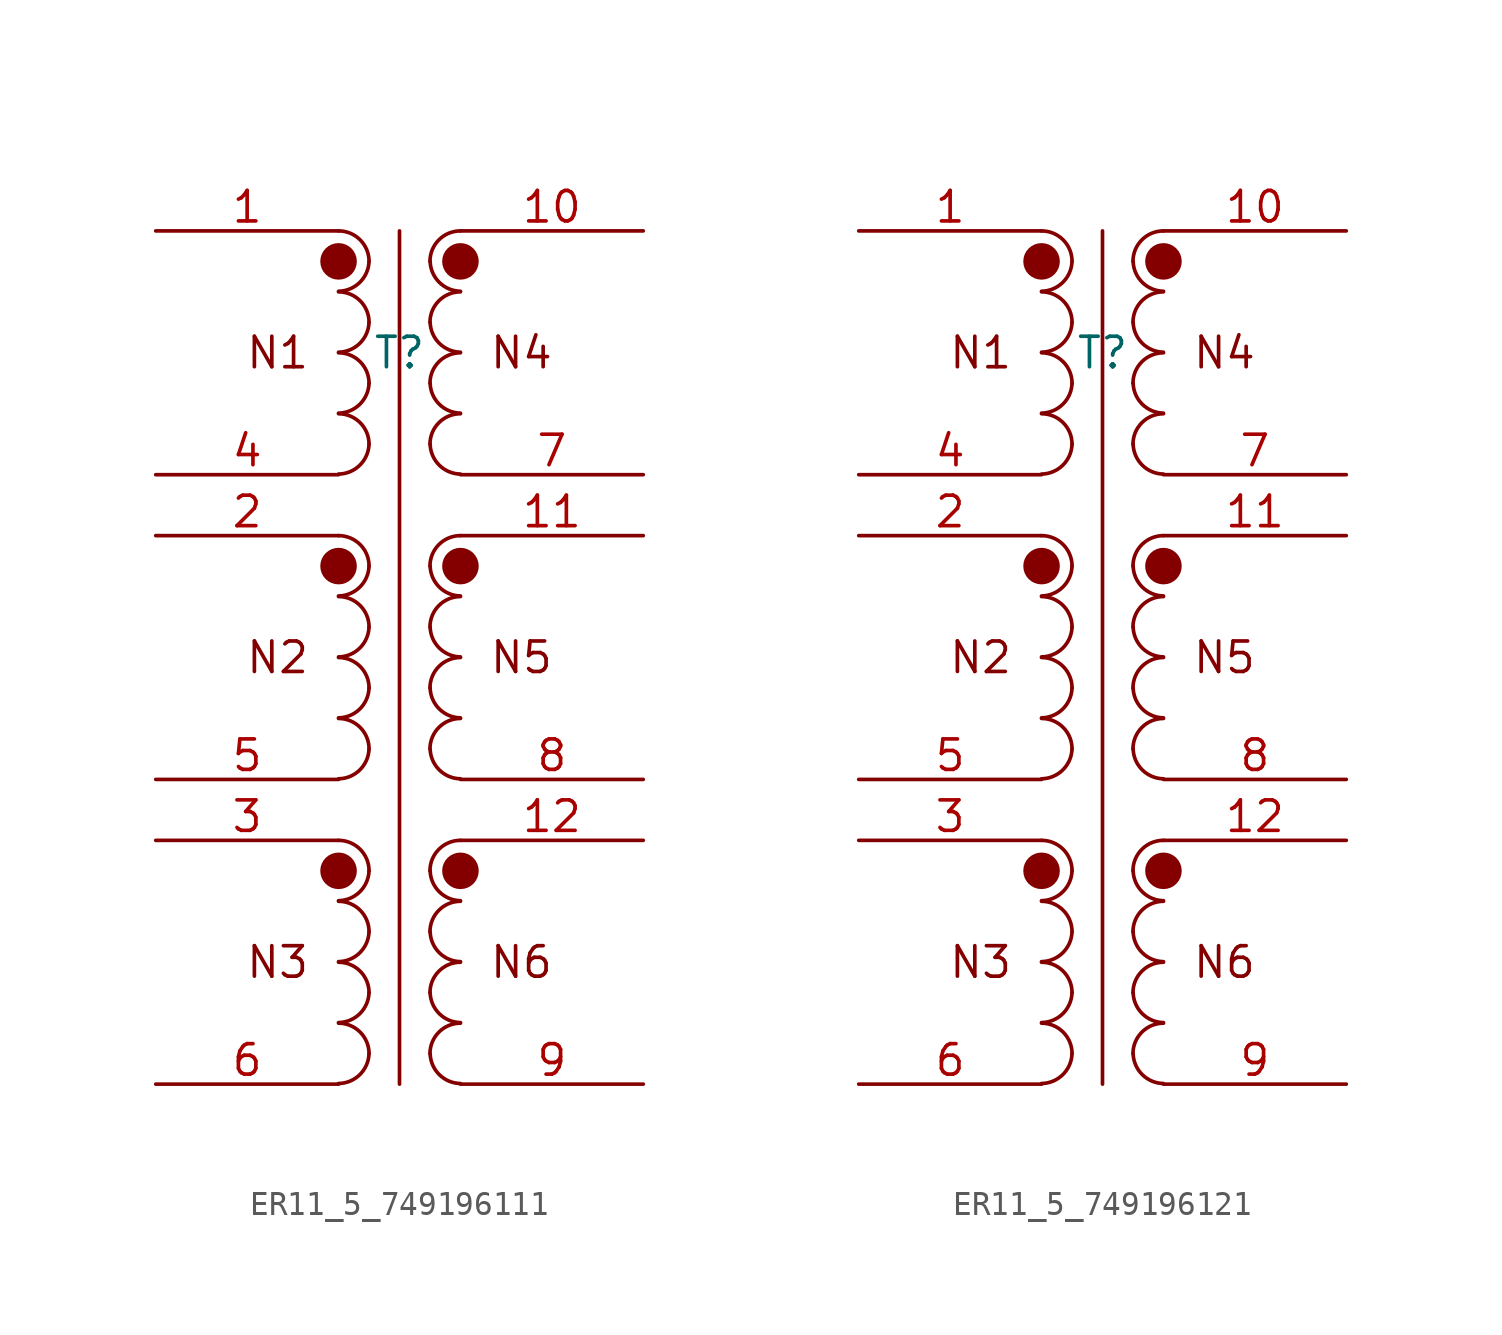
<source format=kicad_sym>
(kicad_symbol_lib
  (version 20220914)
  (generator kicad_symbol_editor)
  (symbol "ER11_5_749196111"
    (pin_names hide)
    (property "Reference" "T"
      (at 0 12.7 0)
      (effects (font (size 1.27 1.27))))
    (property "Critical Parameter" ""
      (at 0 -5.08 0)
      (effects (font (size 1.27 1.27)) (justify left)))
    (symbol "ER11_5_749196111_0_1"
      (arc (start -2.54 -17.7546) (mid -1.6561 -17.3863) (end -1.27 -16.51) (stroke (width 0) (type default)) (fill (type none)))
      (arc (start -2.54 -15.2146) (mid -1.6561 -14.8463) (end -1.27 -13.97) (stroke (width 0) (type default)) (fill (type none)))
      (arc (start -2.54 -12.6746) (mid -1.6561 -12.3063) (end -1.27 -11.43) (stroke (width 0) (type default)) (fill (type none)))
      (arc (start -2.54 -10.1346) (mid -1.6561 -9.7663) (end -1.27 -8.89) (stroke (width 0) (type default)) (fill (type none)))
      (arc (start -2.54 -5.0546) (mid -1.6561 -4.6863) (end -1.27 -3.81) (stroke (width 0) (type default)) (fill (type none)))
      (arc (start -2.54 -2.5146) (mid -1.6561 -2.1463) (end -1.27 -1.27) (stroke (width 0) (type default)) (fill (type none)))
      (arc (start -2.54 0.0254) (mid -1.6561 0.3937) (end -1.27 1.27) (stroke (width 0) (type default)) (fill (type none)))
      (arc (start -2.54 2.5654) (mid -1.6561 2.9337) (end -1.27 3.81) (stroke (width 0) (type default)) (fill (type none)))
      (arc (start -2.54 7.6454) (mid -1.6561 8.0137) (end -1.27 8.89) (stroke (width 0) (type default)) (fill (type none)))
      (arc (start -2.54 10.1854) (mid -1.6561 10.5537) (end -1.27 11.43) (stroke (width 0) (type default)) (fill (type none)))
      (arc (start -2.54 12.7254) (mid -1.6561 13.0937) (end -1.27 13.97) (stroke (width 0) (type default)) (fill (type none)))
      (arc (start -2.54 15.2654) (mid -1.6561 15.6337) (end -1.27 16.51) (stroke (width 0) (type default)) (fill (type none)))
      (arc (start -1.27 -16.51) (mid -1.642 -15.612) (end -2.54 -15.24) (stroke (width 0) (type default)) (fill (type none)))
      (arc (start -1.27 -13.97) (mid -1.642 -13.072) (end -2.54 -12.7) (stroke (width 0) (type default)) (fill (type none)))
      (arc (start -1.27 -11.43) (mid -1.642 -10.532) (end -2.54 -10.16) (stroke (width 0) (type default)) (fill (type none)))
      (arc (start -1.27 -8.89) (mid -1.642 -7.992) (end -2.54 -7.62) (stroke (width 0) (type default)) (fill (type none)))
      (arc (start -1.27 -3.81) (mid -1.642 -2.912) (end -2.54 -2.54) (stroke (width 0) (type default)) (fill (type none)))
      (arc (start -1.27 -1.27) (mid -1.642 -0.372) (end -2.54 0) (stroke (width 0) (type default)) (fill (type none)))
      (arc (start -1.27 1.27) (mid -1.642 2.168) (end -2.54 2.54) (stroke (width 0) (type default)) (fill (type none)))
      (arc (start -1.27 3.81) (mid -1.642 4.708) (end -2.54 5.08) (stroke (width 0) (type default)) (fill (type none)))
      (arc (start -1.27 8.89) (mid -1.642 9.788) (end -2.54 10.16) (stroke (width 0) (type default)) (fill (type none)))
      (arc (start -1.27 11.43) (mid -1.642 12.328) (end -2.54 12.7) (stroke (width 0) (type default)) (fill (type none)))
      (arc (start -1.27 13.97) (mid -1.642 14.868) (end -2.54 15.24) (stroke (width 0) (type default)) (fill (type none)))
      (arc (start -1.27 16.51) (mid -1.642 17.408) (end -2.54 17.78) (stroke (width 0) (type default)) (fill (type none)))
      (polyline (pts (xy 0 -17.78) (xy 0 17.78)) (stroke (width 0) (type default)) (fill (type none)))
      (arc (start 1.27 -16.51) (mid 1.6561 -17.3863) (end 2.54 -17.7546) (stroke (width 0) (type default)) (fill (type none)))
      (arc (start 1.27 -13.97) (mid 1.6561 -14.8463) (end 2.54 -15.2146) (stroke (width 0) (type default)) (fill (type none)))
      (arc (start 1.27 -11.43) (mid 1.6561 -12.3063) (end 2.54 -12.6746) (stroke (width 0) (type default)) (fill (type none)))
      (arc (start 1.27 -8.89) (mid 1.6561 -9.7663) (end 2.54 -10.1346) (stroke (width 0) (type default)) (fill (type none)))
      (arc (start 1.27 -3.81) (mid 1.6561 -4.6863) (end 2.54 -5.0546) (stroke (width 0) (type default)) (fill (type none)))
      (arc (start 1.27 -1.27) (mid 1.6561 -2.1463) (end 2.54 -2.5146) (stroke (width 0) (type default)) (fill (type none)))
      (arc (start 1.27 1.27) (mid 1.6561 0.3937) (end 2.54 0.0254) (stroke (width 0) (type default)) (fill (type none)))
      (arc (start 1.27 3.81) (mid 1.6561 2.9337) (end 2.54 2.5654) (stroke (width 0) (type default)) (fill (type none)))
      (arc (start 1.27 8.89) (mid 1.6561 8.0137) (end 2.54 7.6454) (stroke (width 0) (type default)) (fill (type none)))
      (arc (start 1.27 11.43) (mid 1.6561 10.5537) (end 2.54 10.1854) (stroke (width 0) (type default)) (fill (type none)))
      (arc (start 1.27 13.97) (mid 1.6561 13.0937) (end 2.54 12.7254) (stroke (width 0) (type default)) (fill (type none)))
      (arc (start 1.27 16.51) (mid 1.6561 15.6337) (end 2.54 15.2654) (stroke (width 0) (type default)) (fill (type none)))
      (arc (start 2.54 -15.24) (mid 1.642 -15.612) (end 1.27 -16.51) (stroke (width 0) (type default)) (fill (type none)))
      (arc (start 2.54 -12.7) (mid 1.642 -13.072) (end 1.27 -13.97) (stroke (width 0) (type default)) (fill (type none)))
      (arc (start 2.54 -10.16) (mid 1.642 -10.532) (end 1.27 -11.43) (stroke (width 0) (type default)) (fill (type none)))
      (arc (start 2.54 -7.62) (mid 1.642 -7.992) (end 1.27 -8.89) (stroke (width 0) (type default)) (fill (type none)))
      (arc (start 2.54 -2.54) (mid 1.642 -2.912) (end 1.27 -3.81) (stroke (width 0) (type default)) (fill (type none)))
      (arc (start 2.54 0) (mid 1.642 -0.372) (end 1.27 -1.27) (stroke (width 0) (type default)) (fill (type none)))
      (arc (start 2.54 2.54) (mid 1.642 2.168) (end 1.27 1.27) (stroke (width 0) (type default)) (fill (type none)))
      (arc (start 2.54 5.08) (mid 1.642 4.708) (end 1.27 3.81) (stroke (width 0) (type default)) (fill (type none)))
      (arc (start 2.54 10.16) (mid 1.642 9.788) (end 1.27 8.89) (stroke (width 0) (type default)) (fill (type none)))
      (arc (start 2.54 12.7) (mid 1.642 12.328) (end 1.27 11.43) (stroke (width 0) (type default)) (fill (type none)))
      (arc (start 2.54 15.24) (mid 1.642 14.868) (end 1.27 13.97) (stroke (width 0) (type default)) (fill (type none)))
      (arc (start 2.54 17.78) (mid 1.642 17.408) (end 1.27 16.51) (stroke (width 0) (type default)) (fill (type none))))
    (symbol "ER11_5_749196111_1_1"
      (circle (center -2.54 -8.89) (radius 0.0001) (stroke (width 0.762) (type default)) (fill (type none)))
      (circle (center -2.54 3.81) (radius 0.0001) (stroke (width 0.762) (type default)) (fill (type none)))
      (circle (center -2.54 16.51) (radius 0.0001) (stroke (width 0.762) (type default)) (fill (type none)))
      (circle (center 2.54 -8.89) (radius 0.0001) (stroke (width 0.762) (type default)) (fill (type none)))
      (circle (center 2.54 3.81) (radius 0.0001) (stroke (width 0.762) (type default)) (fill (type none)))
      (circle (center 2.54 16.51) (radius 0.0001) (stroke (width 0.762) (type default)) (fill (type none)))
      (text "N1" (at -5.08 12.7 0) (effects (font (size 1.27 1.27))))
      (text "N2" (at -5.08 0 0) (effects (font (size 1.27 1.27))))
      (text "N3" (at -5.08 -12.7 0) (effects (font (size 1.27 1.27))))
      (text "N4" (at 5.08 12.7 0) (effects (font (size 1.27 1.27))))
      (text "N5" (at 5.08 0 0) (effects (font (size 1.27 1.27))))
      (text "N6" (at 5.08 -12.7 0) (effects (font (size 1.27 1.27))))
      (pin passive line (at -10.16 17.78 0) (length 7.62) (name "1" (effects (font (size 1.27 1.27)))) (number "1" (effects (font (size 1.27 1.27)))))
      (pin passive line (at -10.16 7.62 0) (length 7.62) (name "4" (effects (font (size 1.27 1.27)))) (number "4" (effects (font (size 1.27 1.27)))))
      (pin passive line (at -10.16 5.08 0) (length 7.62) (name "2" (effects (font (size 1.27 1.27)))) (number "2" (effects (font (size 1.27 1.27)))))
      (pin passive line (at -10.16 -5.08 0) (length 7.62) (name "5" (effects (font (size 1.27 1.27)))) (number "5" (effects (font (size 1.27 1.27)))))
      (pin passive line (at -10.16 -7.62 0) (length 7.62) (name "3" (effects (font (size 1.27 1.27)))) (number "3" (effects (font (size 1.27 1.27)))))
      (pin passive line (at -10.16 -17.78 0) (length 7.62) (name "6" (effects (font (size 1.27 1.27)))) (number "6" (effects (font (size 1.27 1.27)))))
      (pin passive line (at 10.16 -17.78 180) (length 7.62) (name "9" (effects (font (size 1.27 1.27)))) (number "9" (effects (font (size 1.27 1.27)))))
      (pin passive line (at 10.16 -7.62 180) (length 7.62) (name "12" (effects (font (size 1.27 1.27)))) (number "12" (effects (font (size 1.27 1.27)))))
      (pin passive line (at 10.16 -5.08 180) (length 7.62) (name "8" (effects (font (size 1.27 1.27)))) (number "8" (effects (font (size 1.27 1.27)))))
      (pin passive line (at 10.16 5.08 180) (length 7.62) (name "11" (effects (font (size 1.27 1.27)))) (number "11" (effects (font (size 1.27 1.27)))))
      (pin passive line (at 10.16 7.62 180) (length 7.62) (name "7" (effects (font (size 1.27 1.27)))) (number "7" (effects (font (size 1.27 1.27)))))
      (pin passive line (at 10.16 17.78 180) (length 7.62) (name "10" (effects (font (size 1.27 1.27)))) (number "10" (effects (font (size 1.27 1.27)))))))
  (symbol "ER11_5_749196121"
    (pin_names hide)
    (property "Reference" "T"
      (at 0 12.7 0)
      (effects (font (size 1.27 1.27))))
    (property "Critical Parameter" ""
      (at 0 -5.08 0)
      (effects (font (size 1.27 1.27)) (justify left)))
    (symbol "ER11_5_749196121_0_1"
      (arc (start -2.54 -17.7546) (mid -1.6561 -17.3863) (end -1.27 -16.51) (stroke (width 0) (type default)) (fill (type none)))
      (arc (start -2.54 -15.2146) (mid -1.6561 -14.8463) (end -1.27 -13.97) (stroke (width 0) (type default)) (fill (type none)))
      (arc (start -2.54 -12.6746) (mid -1.6561 -12.3063) (end -1.27 -11.43) (stroke (width 0) (type default)) (fill (type none)))
      (arc (start -2.54 -10.1346) (mid -1.6561 -9.7663) (end -1.27 -8.89) (stroke (width 0) (type default)) (fill (type none)))
      (arc (start -2.54 -5.0546) (mid -1.6561 -4.6863) (end -1.27 -3.81) (stroke (width 0) (type default)) (fill (type none)))
      (arc (start -2.54 -2.5146) (mid -1.6561 -2.1463) (end -1.27 -1.27) (stroke (width 0) (type default)) (fill (type none)))
      (arc (start -2.54 0.0254) (mid -1.6561 0.3937) (end -1.27 1.27) (stroke (width 0) (type default)) (fill (type none)))
      (arc (start -2.54 2.5654) (mid -1.6561 2.9337) (end -1.27 3.81) (stroke (width 0) (type default)) (fill (type none)))
      (arc (start -2.54 7.6454) (mid -1.6561 8.0137) (end -1.27 8.89) (stroke (width 0) (type default)) (fill (type none)))
      (arc (start -2.54 10.1854) (mid -1.6561 10.5537) (end -1.27 11.43) (stroke (width 0) (type default)) (fill (type none)))
      (arc (start -2.54 12.7254) (mid -1.6561 13.0937) (end -1.27 13.97) (stroke (width 0) (type default)) (fill (type none)))
      (arc (start -2.54 15.2654) (mid -1.6561 15.6337) (end -1.27 16.51) (stroke (width 0) (type default)) (fill (type none)))
      (arc (start -1.27 -16.51) (mid -1.642 -15.612) (end -2.54 -15.24) (stroke (width 0) (type default)) (fill (type none)))
      (arc (start -1.27 -13.97) (mid -1.642 -13.072) (end -2.54 -12.7) (stroke (width 0) (type default)) (fill (type none)))
      (arc (start -1.27 -11.43) (mid -1.642 -10.532) (end -2.54 -10.16) (stroke (width 0) (type default)) (fill (type none)))
      (arc (start -1.27 -8.89) (mid -1.642 -7.992) (end -2.54 -7.62) (stroke (width 0) (type default)) (fill (type none)))
      (arc (start -1.27 -3.81) (mid -1.642 -2.912) (end -2.54 -2.54) (stroke (width 0) (type default)) (fill (type none)))
      (arc (start -1.27 -1.27) (mid -1.642 -0.372) (end -2.54 0) (stroke (width 0) (type default)) (fill (type none)))
      (arc (start -1.27 1.27) (mid -1.642 2.168) (end -2.54 2.54) (stroke (width 0) (type default)) (fill (type none)))
      (arc (start -1.27 3.81) (mid -1.642 4.708) (end -2.54 5.08) (stroke (width 0) (type default)) (fill (type none)))
      (arc (start -1.27 8.89) (mid -1.642 9.788) (end -2.54 10.16) (stroke (width 0) (type default)) (fill (type none)))
      (arc (start -1.27 11.43) (mid -1.642 12.328) (end -2.54 12.7) (stroke (width 0) (type default)) (fill (type none)))
      (arc (start -1.27 13.97) (mid -1.642 14.868) (end -2.54 15.24) (stroke (width 0) (type default)) (fill (type none)))
      (arc (start -1.27 16.51) (mid -1.642 17.408) (end -2.54 17.78) (stroke (width 0) (type default)) (fill (type none)))
      (polyline (pts (xy 0 -17.78) (xy 0 17.78)) (stroke (width 0) (type default)) (fill (type none)))
      (arc (start 1.27 -16.51) (mid 1.6561 -17.3863) (end 2.54 -17.7546) (stroke (width 0) (type default)) (fill (type none)))
      (arc (start 1.27 -13.97) (mid 1.6561 -14.8463) (end 2.54 -15.2146) (stroke (width 0) (type default)) (fill (type none)))
      (arc (start 1.27 -11.43) (mid 1.6561 -12.3063) (end 2.54 -12.6746) (stroke (width 0) (type default)) (fill (type none)))
      (arc (start 1.27 -8.89) (mid 1.6561 -9.7663) (end 2.54 -10.1346) (stroke (width 0) (type default)) (fill (type none)))
      (arc (start 1.27 -3.81) (mid 1.6561 -4.6863) (end 2.54 -5.0546) (stroke (width 0) (type default)) (fill (type none)))
      (arc (start 1.27 -1.27) (mid 1.6561 -2.1463) (end 2.54 -2.5146) (stroke (width 0) (type default)) (fill (type none)))
      (arc (start 1.27 1.27) (mid 1.6561 0.3937) (end 2.54 0.0254) (stroke (width 0) (type default)) (fill (type none)))
      (arc (start 1.27 3.81) (mid 1.6561 2.9337) (end 2.54 2.5654) (stroke (width 0) (type default)) (fill (type none)))
      (arc (start 1.27 8.89) (mid 1.6561 8.0137) (end 2.54 7.6454) (stroke (width 0) (type default)) (fill (type none)))
      (arc (start 1.27 11.43) (mid 1.6561 10.5537) (end 2.54 10.1854) (stroke (width 0) (type default)) (fill (type none)))
      (arc (start 1.27 13.97) (mid 1.6561 13.0937) (end 2.54 12.7254) (stroke (width 0) (type default)) (fill (type none)))
      (arc (start 1.27 16.51) (mid 1.6561 15.6337) (end 2.54 15.2654) (stroke (width 0) (type default)) (fill (type none)))
      (arc (start 2.54 -15.24) (mid 1.642 -15.612) (end 1.27 -16.51) (stroke (width 0) (type default)) (fill (type none)))
      (arc (start 2.54 -12.7) (mid 1.642 -13.072) (end 1.27 -13.97) (stroke (width 0) (type default)) (fill (type none)))
      (arc (start 2.54 -10.16) (mid 1.642 -10.532) (end 1.27 -11.43) (stroke (width 0) (type default)) (fill (type none)))
      (arc (start 2.54 -7.62) (mid 1.642 -7.992) (end 1.27 -8.89) (stroke (width 0) (type default)) (fill (type none)))
      (arc (start 2.54 -2.54) (mid 1.642 -2.912) (end 1.27 -3.81) (stroke (width 0) (type default)) (fill (type none)))
      (arc (start 2.54 0) (mid 1.642 -0.372) (end 1.27 -1.27) (stroke (width 0) (type default)) (fill (type none)))
      (arc (start 2.54 2.54) (mid 1.642 2.168) (end 1.27 1.27) (stroke (width 0) (type default)) (fill (type none)))
      (arc (start 2.54 5.08) (mid 1.642 4.708) (end 1.27 3.81) (stroke (width 0) (type default)) (fill (type none)))
      (arc (start 2.54 10.16) (mid 1.642 9.788) (end 1.27 8.89) (stroke (width 0) (type default)) (fill (type none)))
      (arc (start 2.54 12.7) (mid 1.642 12.328) (end 1.27 11.43) (stroke (width 0) (type default)) (fill (type none)))
      (arc (start 2.54 15.24) (mid 1.642 14.868) (end 1.27 13.97) (stroke (width 0) (type default)) (fill (type none)))
      (arc (start 2.54 17.78) (mid 1.642 17.408) (end 1.27 16.51) (stroke (width 0) (type default)) (fill (type none))))
    (symbol "ER11_5_749196121_1_1"
      (circle (center -2.54 -8.89) (radius 0.0001) (stroke (width 0.762) (type default)) (fill (type none)))
      (circle (center -2.54 3.81) (radius 0.0001) (stroke (width 0.762) (type default)) (fill (type none)))
      (circle (center -2.54 16.51) (radius 0.0001) (stroke (width 0.762) (type default)) (fill (type none)))
      (circle (center 2.54 -8.89) (radius 0.0001) (stroke (width 0.762) (type default)) (fill (type none)))
      (circle (center 2.54 3.81) (radius 0.0001) (stroke (width 0.762) (type default)) (fill (type none)))
      (circle (center 2.54 16.51) (radius 0.0001) (stroke (width 0.762) (type default)) (fill (type none)))
      (text "N1" (at -5.08 12.7 0) (effects (font (size 1.27 1.27))))
      (text "N2" (at -5.08 0 0) (effects (font (size 1.27 1.27))))
      (text "N3" (at -5.08 -12.7 0) (effects (font (size 1.27 1.27))))
      (text "N4" (at 5.08 12.7 0) (effects (font (size 1.27 1.27))))
      (text "N5" (at 5.08 0 0) (effects (font (size 1.27 1.27))))
      (text "N6" (at 5.08 -12.7 0) (effects (font (size 1.27 1.27))))
      (pin passive line (at -10.16 17.78 0) (length 7.62) (name "1" (effects (font (size 1.27 1.27)))) (number "1" (effects (font (size 1.27 1.27)))))
      (pin passive line (at -10.16 7.62 0) (length 7.62) (name "4" (effects (font (size 1.27 1.27)))) (number "4" (effects (font (size 1.27 1.27)))))
      (pin passive line (at -10.16 5.08 0) (length 7.62) (name "2" (effects (font (size 1.27 1.27)))) (number "2" (effects (font (size 1.27 1.27)))))
      (pin passive line (at -10.16 -5.08 0) (length 7.62) (name "5" (effects (font (size 1.27 1.27)))) (number "5" (effects (font (size 1.27 1.27)))))
      (pin passive line (at -10.16 -7.62 0) (length 7.62) (name "3" (effects (font (size 1.27 1.27)))) (number "3" (effects (font (size 1.27 1.27)))))
      (pin passive line (at -10.16 -17.78 0) (length 7.62) (name "6" (effects (font (size 1.27 1.27)))) (number "6" (effects (font (size 1.27 1.27)))))
      (pin passive line (at 10.16 -17.78 180) (length 7.62) (name "9" (effects (font (size 1.27 1.27)))) (number "9" (effects (font (size 1.27 1.27)))))
      (pin passive line (at 10.16 -7.62 180) (length 7.62) (name "12" (effects (font (size 1.27 1.27)))) (number "12" (effects (font (size 1.27 1.27)))))
      (pin passive line (at 10.16 -5.08 180) (length 7.62) (name "8" (effects (font (size 1.27 1.27)))) (number "8" (effects (font (size 1.27 1.27)))))
      (pin passive line (at 10.16 5.08 180) (length 7.62) (name "11" (effects (font (size 1.27 1.27)))) (number "11" (effects (font (size 1.27 1.27)))))
      (pin passive line (at 10.16 7.62 180) (length 7.62) (name "7" (effects (font (size 1.27 1.27)))) (number "7" (effects (font (size 1.27 1.27)))))
      (pin passive line (at 10.16 17.78 180) (length 7.62) (name "10" (effects (font (size 1.27 1.27)))) (number "10" (effects (font (size 1.27 1.27))))))))
</source>
